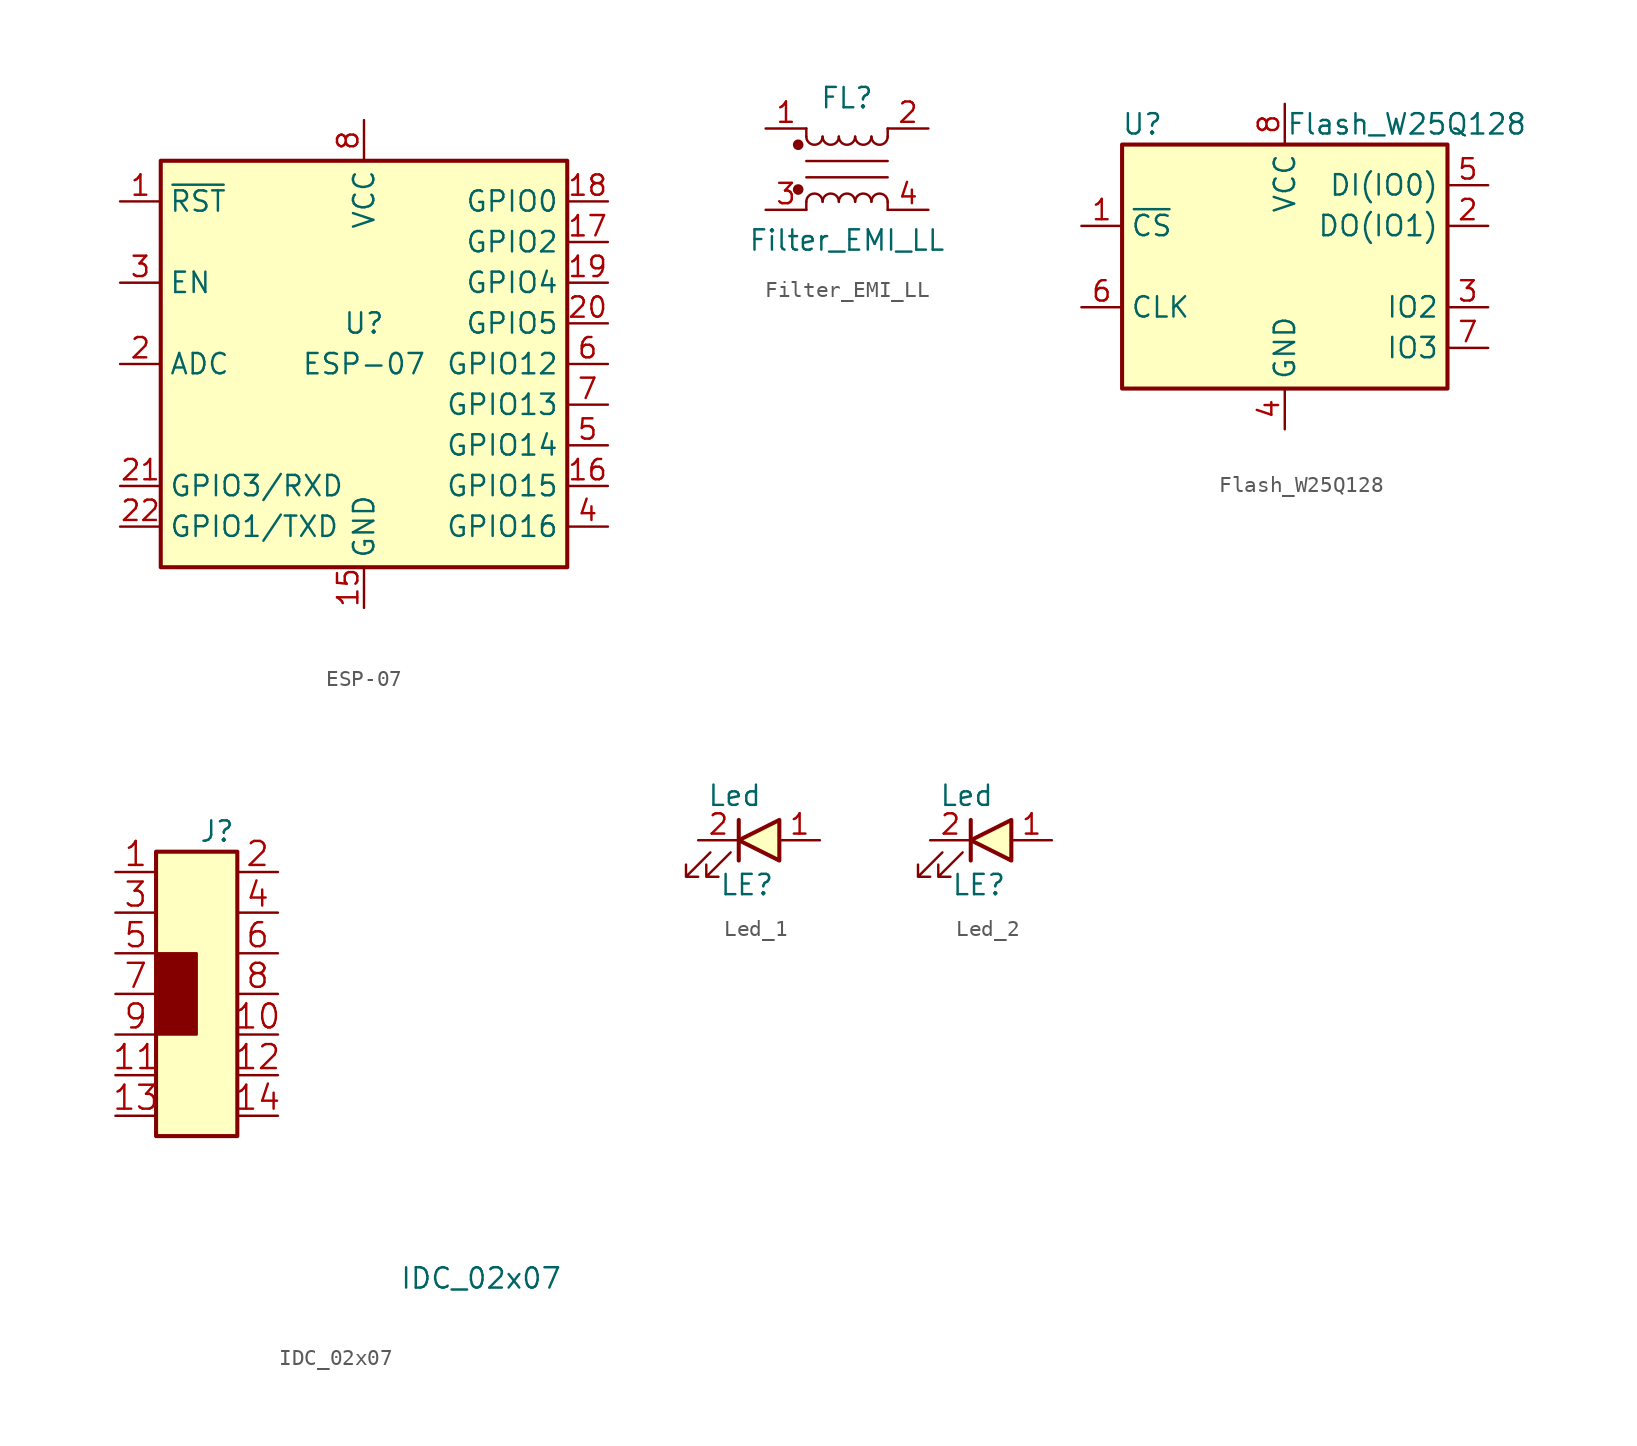
<source format=kicad_sym>
(kicad_symbol_lib
  (version 20220914)
  (generator kicad_symbol_editor)
  (symbol "ESP-07"
    (property "Reference" "U"
      (at 0 2.54 0)
      (effects (font (size 1.27 1.27))))
    (property "Value" "ESP-07"
      (at 0 0 0)
      (effects (font (size 1.27 1.27))))
    (symbol "ESP-07_0_1"
      (rectangle (start -12.7 12.7) (end 12.7 -12.7) (stroke (width 0.254) (type default)) (fill (type background))))
    (symbol "ESP-07_1_1"
      (pin input line (at -15.24 10.16 0) (length 2.54) (name "~{RST}" (effects (font (size 1.27 1.27)))) (number "1" (effects (font (size 1.27 1.27)))))
      (pin power_in line (at 0 -15.24 90) (length 2.54) (name "GND" (effects (font (size 1.27 1.27)))) (number "15" (effects (font (size 1.27 1.27)))))
      (pin bidirectional line (at 15.24 -7.62 180) (length 2.54) (name "GPIO15" (effects (font (size 1.27 1.27)))) (number "16" (effects (font (size 1.27 1.27)))))
      (pin bidirectional line (at 15.24 7.62 180) (length 2.54) (name "GPIO2" (effects (font (size 1.27 1.27)))) (number "17" (effects (font (size 1.27 1.27)))))
      (pin bidirectional line (at 15.24 10.16 180) (length 2.54) (name "GPIO0" (effects (font (size 1.27 1.27)))) (number "18" (effects (font (size 1.27 1.27)))))
      (pin bidirectional line (at 15.24 5.08 180) (length 2.54) (name "GPIO4" (effects (font (size 1.27 1.27)))) (number "19" (effects (font (size 1.27 1.27)))))
      (pin input line (at -15.24 0 0) (length 2.54) (name "ADC" (effects (font (size 1.27 1.27)))) (number "2" (effects (font (size 1.27 1.27)))))
      (pin bidirectional line (at 15.24 2.54 180) (length 2.54) (name "GPIO5" (effects (font (size 1.27 1.27)))) (number "20" (effects (font (size 1.27 1.27)))))
      (pin bidirectional line (at -15.24 -7.62 0) (length 2.54) (name "GPIO3/RXD" (effects (font (size 1.27 1.27)))) (number "21" (effects (font (size 1.27 1.27)))))
      (pin bidirectional line (at -15.24 -10.16 0) (length 2.54) (name "GPIO1/TXD" (effects (font (size 1.27 1.27)))) (number "22" (effects (font (size 1.27 1.27)))))
      (pin input line (at -15.24 5.08 0) (length 2.54) (name "EN" (effects (font (size 1.27 1.27)))) (number "3" (effects (font (size 1.27 1.27)))))
      (pin bidirectional line (at 15.24 -10.16 180) (length 2.54) (name "GPIO16" (effects (font (size 1.27 1.27)))) (number "4" (effects (font (size 1.27 1.27)))))
      (pin bidirectional line (at 15.24 -5.08 180) (length 2.54) (name "GPIO14" (effects (font (size 1.27 1.27)))) (number "5" (effects (font (size 1.27 1.27)))))
      (pin bidirectional line (at 15.24 0 180) (length 2.54) (name "GPIO12" (effects (font (size 1.27 1.27)))) (number "6" (effects (font (size 1.27 1.27)))))
      (pin bidirectional line (at 15.24 -2.54 180) (length 2.54) (name "GPIO13" (effects (font (size 1.27 1.27)))) (number "7" (effects (font (size 1.27 1.27)))))
      (pin power_in line (at 0 15.24 270) (length 2.54) (name "VCC" (effects (font (size 1.27 1.27)))) (number "8" (effects (font (size 1.27 1.27)))))))
  (symbol "Filter_EMI_LL"
    (pin_names
      (offset 0.254) hide)
    (property "Reference" "FL"
      (at 0 4.445 0)
      (effects (font (size 1.27 1.27))))
    (property "Value" "Filter_EMI_LL"
      (at 0 -4.445 0)
      (effects (font (size 1.27 1.27))))
    (symbol "Filter_EMI_LL_0_1"
      (circle (center -3.048 -1.27) (radius 0.254) (stroke (width 0) (type default)) (fill (type outline)))
      (circle (center -3.048 1.524) (radius 0.254) (stroke (width 0) (type default)) (fill (type outline)))
      (arc (start -2.54 2.032) (mid -2.032 1.5262) (end -1.524 2.032) (stroke (width 0) (type default)) (fill (type none)))
      (arc (start -1.524 -2.032) (mid -2.032 -1.5262) (end -2.54 -2.032) (stroke (width 0) (type default)) (fill (type none)))
      (arc (start -1.524 2.032) (mid -1.016 1.5262) (end -0.508 2.032) (stroke (width 0) (type default)) (fill (type none)))
      (arc (start -0.508 -2.032) (mid -1.016 -1.5262) (end -1.524 -2.032) (stroke (width 0) (type default)) (fill (type none)))
      (arc (start -0.508 2.032) (mid 0 1.5262) (end 0.508 2.032) (stroke (width 0) (type default)) (fill (type none)))
      (polyline (pts (xy -2.54 -2.032) (xy -2.54 -2.54)) (stroke (width 0) (type default)) (fill (type none)))
      (polyline (pts (xy -2.54 0.508) (xy 2.54 0.508)) (stroke (width 0) (type default)) (fill (type none)))
      (polyline (pts (xy -2.54 2.032) (xy -2.54 2.54)) (stroke (width 0) (type default)) (fill (type none)))
      (polyline (pts (xy 2.54 -2.032) (xy 2.54 -2.54)) (stroke (width 0) (type default)) (fill (type none)))
      (polyline (pts (xy 2.54 -0.508) (xy -2.54 -0.508)) (stroke (width 0) (type default)) (fill (type none)))
      (polyline (pts (xy 2.54 2.54) (xy 2.54 2.032)) (stroke (width 0) (type default)) (fill (type none)))
      (arc (start 0.508 -2.032) (mid 0 -1.5262) (end -0.508 -2.032) (stroke (width 0) (type default)) (fill (type none)))
      (arc (start 0.508 2.032) (mid 1.016 1.5262) (end 1.524 2.032) (stroke (width 0) (type default)) (fill (type none)))
      (arc (start 1.524 -2.032) (mid 1.016 -1.5262) (end 0.508 -2.032) (stroke (width 0) (type default)) (fill (type none)))
      (arc (start 1.524 2.032) (mid 2.032 1.5262) (end 2.54 2.032) (stroke (width 0) (type default)) (fill (type none)))
      (arc (start 2.54 -2.032) (mid 2.032 -1.5262) (end 1.524 -2.032) (stroke (width 0) (type default)) (fill (type none))))
    (symbol "Filter_EMI_LL_1_1"
      (pin passive line (at -5.08 2.54 0) (length 2.54) (name "1" (effects (font (size 1.27 1.27)))) (number "1" (effects (font (size 1.27 1.27)))))
      (pin passive line (at 5.08 2.54 180) (length 2.54) (name "2" (effects (font (size 1.27 1.27)))) (number "2" (effects (font (size 1.27 1.27)))))
      (pin passive line (at -5.08 -2.54 0) (length 2.54) (name "3" (effects (font (size 1.27 1.27)))) (number "3" (effects (font (size 1.27 1.27)))))
      (pin passive line (at 5.08 -2.54 180) (length 2.54) (name "4" (effects (font (size 1.27 1.27)))) (number "4" (effects (font (size 1.27 1.27)))))))
  (symbol "Flash_W25Q128"
    (property "Reference" "U"
      (at -8.89 8.89 0)
      (effects (font (size 1.27 1.27))))
    (property "Value" "Flash_W25Q128"
      (at 7.62 8.89 0)
      (effects (font (size 1.27 1.27))))
    (symbol "Flash_W25Q128_0_1"
      (rectangle (start -10.16 7.62) (end 10.16 -7.62) (stroke (width 0.254) (type default)) (fill (type background))))
    (symbol "Flash_W25Q128_1_1"
      (pin input line (at -12.7 2.54 0) (length 2.54) (name "~{CS}" (effects (font (size 1.27 1.27)))) (number "1" (effects (font (size 1.27 1.27)))))
      (pin bidirectional line (at 12.7 2.54 180) (length 2.54) (name "DO(IO1)" (effects (font (size 1.27 1.27)))) (number "2" (effects (font (size 1.27 1.27)))))
      (pin bidirectional line (at 12.7 -2.54 180) (length 2.54) (name "IO2" (effects (font (size 1.27 1.27)))) (number "3" (effects (font (size 1.27 1.27)))))
      (pin power_in line (at 0 -10.16 90) (length 2.54) (name "GND" (effects (font (size 1.27 1.27)))) (number "4" (effects (font (size 1.27 1.27)))))
      (pin bidirectional line (at 12.7 5.08 180) (length 2.54) (name "DI(IO0)" (effects (font (size 1.27 1.27)))) (number "5" (effects (font (size 1.27 1.27)))))
      (pin input line (at -12.7 -2.54 0) (length 2.54) (name "CLK" (effects (font (size 1.27 1.27)))) (number "6" (effects (font (size 1.27 1.27)))))
      (pin bidirectional line (at 12.7 -5.08 180) (length 2.54) (name "IO3" (effects (font (size 1.27 1.27)))) (number "7" (effects (font (size 1.27 1.27)))))
      (pin power_in line (at 0 10.16 270) (length 2.54) (name "VCC" (effects (font (size 1.27 1.27)))) (number "8" (effects (font (size 1.27 1.27)))))))
  (symbol "IDC_02x07"
    (pin_names
      (offset 1.016) hide)
    (property "Reference" "J"
      (at 1.27 10.16 0)
      (effects (font (size 1.27 1.27))))
    (property "Value" "IDC_02x07"
      (at 17.78 -17.78 0)
      (effects (font (size 1.27 1.27))))
    (symbol "IDC_02x07_0_1"
      (rectangle (start -2.54 2.54) (end 0 -2.54) (stroke (width 0) (type default)) (fill (type outline))))
    (symbol "IDC_02x07_1_1"
      (rectangle (start -2.54 8.89) (end 2.54 -8.89) (stroke (width 0.254) (type default)) (fill (type background)))
      (pin passive line (at -5.08 7.62 0) (length 2.54) (name "1" (effects (font (size 1.499 1.499)))) (number "1" (effects (font (size 1.499 1.499)))))
      (pin passive line (at 5.08 -2.54 180) (length 2.54) (name "10" (effects (font (size 1.499 1.499)))) (number "10" (effects (font (size 1.499 1.499)))))
      (pin passive line (at -5.08 -5.08 0) (length 2.54) (name "11" (effects (font (size 1.499 1.499)))) (number "11" (effects (font (size 1.499 1.499)))))
      (pin passive line (at 5.08 -5.08 180) (length 2.54) (name "12" (effects (font (size 1.499 1.499)))) (number "12" (effects (font (size 1.499 1.499)))))
      (pin passive line (at -5.08 -7.62 0) (length 2.54) (name "13" (effects (font (size 1.499 1.499)))) (number "13" (effects (font (size 1.499 1.499)))))
      (pin passive line (at 5.08 -7.62 180) (length 2.54) (name "14" (effects (font (size 1.499 1.499)))) (number "14" (effects (font (size 1.499 1.499)))))
      (pin passive line (at 5.08 7.62 180) (length 2.54) (name "2" (effects (font (size 1.499 1.499)))) (number "2" (effects (font (size 1.499 1.499)))))
      (pin passive line (at -5.08 5.08 0) (length 2.54) (name "3" (effects (font (size 1.499 1.499)))) (number "3" (effects (font (size 1.499 1.499)))))
      (pin passive line (at 5.08 5.08 180) (length 2.54) (name "4" (effects (font (size 1.499 1.499)))) (number "4" (effects (font (size 1.499 1.499)))))
      (pin passive line (at -5.08 2.54 0) (length 2.54) (name "5" (effects (font (size 1.499 1.499)))) (number "5" (effects (font (size 1.499 1.499)))))
      (pin passive line (at 5.08 2.54 180) (length 2.54) (name "6" (effects (font (size 1.499 1.499)))) (number "6" (effects (font (size 1.499 1.499)))))
      (pin passive line (at -5.08 0 0) (length 2.54) (name "7" (effects (font (size 1.499 1.499)))) (number "7" (effects (font (size 1.499 1.499)))))
      (pin passive line (at 5.08 0 180) (length 2.54) (name "8" (effects (font (size 1.499 1.499)))) (number "8" (effects (font (size 1.499 1.499)))))
      (pin passive line (at -5.08 -2.54 0) (length 2.54) (name "9" (effects (font (size 1.499 1.499)))) (number "9" (effects (font (size 1.499 1.499)))))))
  (symbol "Led_1"
    (property "Reference" "LE"
      (at 0.508 -2.794 0)
      (effects (font (size 1.27 1.27))))
    (property "Value" "Led"
      (at -0.254 2.794 0)
      (effects (font (size 1.27 1.27))))
    (symbol "Led_1_0_1"
      (polyline (pts (xy 0 -1.27) (xy 0 1.27)) (stroke (width 0.254) (type default)) (fill (type none)))
      (polyline (pts (xy 2.54 -1.27) (xy 2.54 1.27) (xy 0 0) (xy 2.54 -1.27)) (stroke (width 0.254) (type default)) (fill (type background)))
      (polyline (pts (xy -1.778 -0.762) (xy -3.302 -2.286) (xy -2.54 -2.286) (xy -3.302 -2.286) (xy -3.302 -1.524)) (stroke (width 0) (type default)) (fill (type none)))
      (polyline (pts (xy -0.508 -0.762) (xy -2.032 -2.286) (xy -1.27 -2.286) (xy -2.032 -2.286) (xy -2.032 -1.524)) (stroke (width 0) (type default)) (fill (type none))))
    (symbol "Led_1_1_1"
      (pin passive line (at 5.08 0 180) (length 2.54) (name "" (effects (font (size 1.27 1.27)))) (number "1" (effects (font (size 1.27 1.27)))))
      (pin passive line (at -2.54 0 0) (length 2.54) (name "" (effects (font (size 1.27 1.27)))) (number "2" (effects (font (size 1.27 1.27)))))))
  (symbol "Led_2"
    (property "Reference" "LE"
      (at 0.508 -2.794 0)
      (effects (font (size 1.27 1.27))))
    (property "Value" "Led"
      (at -0.254 2.794 0)
      (effects (font (size 1.27 1.27))))
    (symbol "Led_2_0_1"
      (polyline (pts (xy 0 -1.27) (xy 0 1.27)) (stroke (width 0.254) (type default)) (fill (type none)))
      (polyline (pts (xy 2.54 -1.27) (xy 2.54 1.27) (xy 0 0) (xy 2.54 -1.27)) (stroke (width 0.254) (type default)) (fill (type background)))
      (polyline (pts (xy -1.778 -0.762) (xy -3.302 -2.286) (xy -2.54 -2.286) (xy -3.302 -2.286) (xy -3.302 -1.524)) (stroke (width 0) (type default)) (fill (type none)))
      (polyline (pts (xy -0.508 -0.762) (xy -2.032 -2.286) (xy -1.27 -2.286) (xy -2.032 -2.286) (xy -2.032 -1.524)) (stroke (width 0) (type default)) (fill (type none))))
    (symbol "Led_2_1_1"
      (pin passive line (at 5.08 0 180) (length 2.54) (name "" (effects (font (size 1.27 1.27)))) (number "1" (effects (font (size 1.27 1.27)))))
      (pin passive line (at -2.54 0 0) (length 2.54) (name "" (effects (font (size 1.27 1.27)))) (number "2" (effects (font (size 1.27 1.27))))))))
</source>
